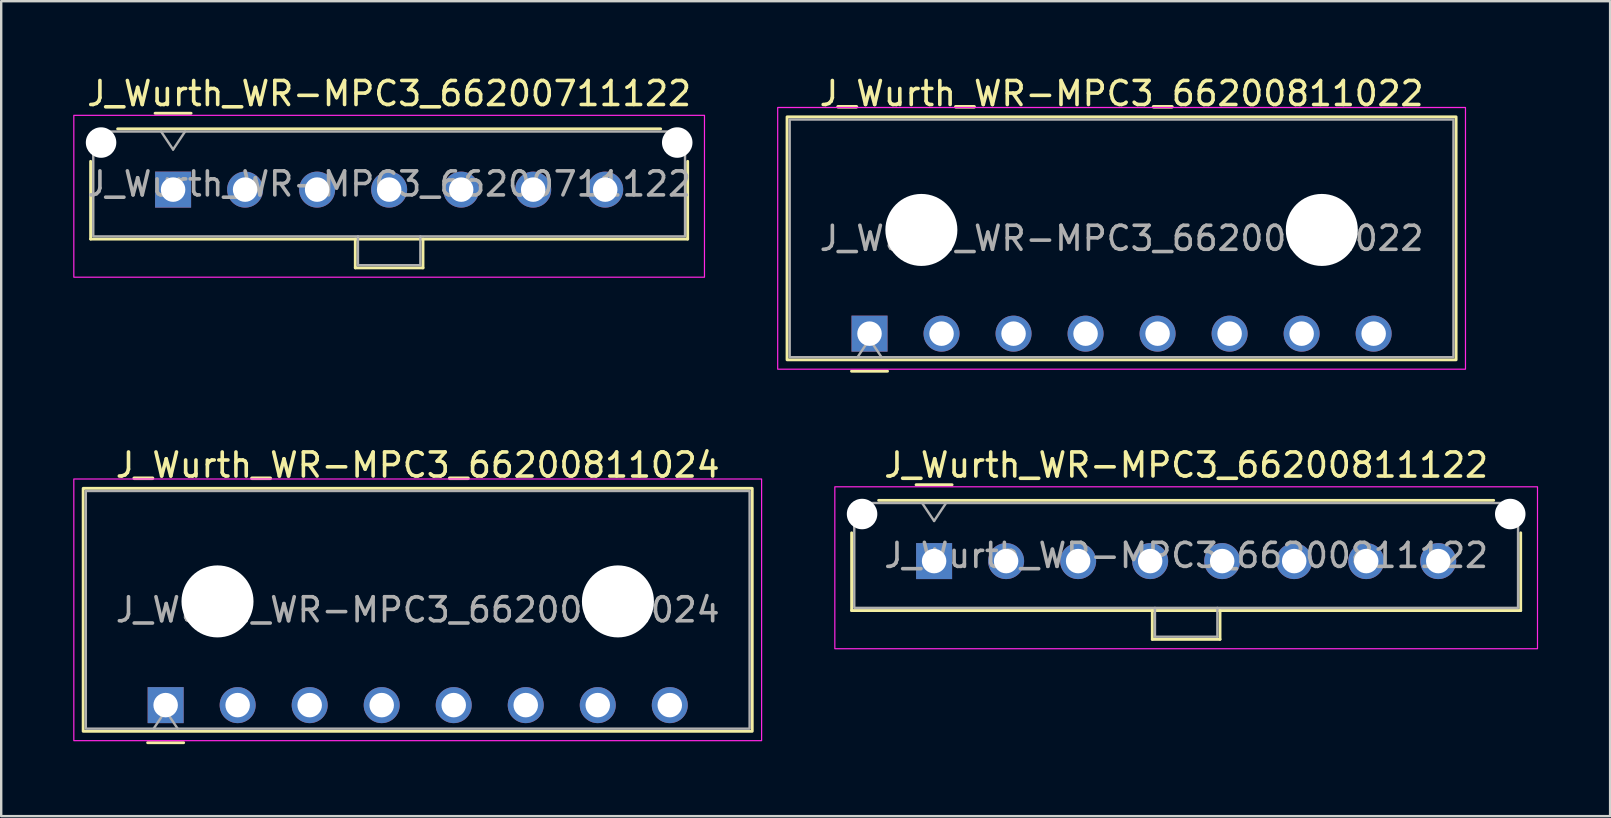
<source format=kicad_pcb>
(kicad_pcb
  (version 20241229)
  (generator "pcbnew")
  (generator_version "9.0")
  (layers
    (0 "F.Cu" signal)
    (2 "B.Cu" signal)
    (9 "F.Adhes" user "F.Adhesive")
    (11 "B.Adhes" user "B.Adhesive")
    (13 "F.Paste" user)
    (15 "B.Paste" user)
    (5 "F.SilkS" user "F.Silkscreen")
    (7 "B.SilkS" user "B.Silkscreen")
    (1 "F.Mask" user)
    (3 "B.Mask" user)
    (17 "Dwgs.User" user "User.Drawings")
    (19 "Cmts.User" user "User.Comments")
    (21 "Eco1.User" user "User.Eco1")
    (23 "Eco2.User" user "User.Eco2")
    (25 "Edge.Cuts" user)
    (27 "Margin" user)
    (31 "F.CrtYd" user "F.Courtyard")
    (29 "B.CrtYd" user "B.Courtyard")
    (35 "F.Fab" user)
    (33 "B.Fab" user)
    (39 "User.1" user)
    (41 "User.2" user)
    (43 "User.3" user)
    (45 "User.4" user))
  (footprint "J_Wurth_WR-MPC3_66200811022"
    (layer "F.Cu")
    (at 33.17 10.848)
    (property "Reference" "J_Wurth_WR-MPC3_66200811022" (at 10.5 -10 0) (unlocked yes) (layer "F.SilkS") (effects (font (size 1 1) (thickness 0.15))))
    (attr through_hole)
    (fp_line (start -0.75 1.565) (end 0.75 1.565) (stroke (width 0.12) (type solid)) (layer "F.SilkS"))
    (fp_rect (start -3.435 -9.03) (end 24.435 1.09) (stroke (width 0.12) (type solid)) (fill no) (layer "F.SilkS"))
    (fp_rect (start -3.825 -9.42) (end 24.825 1.48) (stroke (width 0.05) (type solid)) (fill no) (layer "F.CrtYd"))
    (fp_line (start 0 0.23) (end -0.5 0.98) (stroke (width 0.1) (type solid)) (layer "F.Fab"))
    (fp_line (start 0 0.23) (end 0.5 0.98) (stroke (width 0.1) (type solid)) (layer "F.Fab"))
    (fp_rect (start -3.325 -8.92) (end 24.325 0.98) (stroke (width 0.1) (type solid)) (fill no) (layer "F.Fab"))
    (fp_text user "${REFERENCE}" (at 10.5 -3.97 0) (unlocked yes) (layer "F.Fab") (effects (font (size 1 1) (thickness 0.15))))
    (pad "" np_thru_hole circle (at 2.16 -4.32 180) (size 3 3) (drill 3) (layers "*.Cu" "*.Mask"))
    (pad "" np_thru_hole circle (at 18.84 -4.32 180) (size 3 3) (drill 3) (layers "*.Cu" "*.Mask"))
    (pad "1" thru_hole rect (at 0 0 180) (size 1.5 1.5) (drill 1.02) (layers "*.Cu" "*.Mask"))
    (pad "2" thru_hole circle (at 3 0 180) (size 1.5 1.5) (drill 1.02) (layers "*.Cu" "*.Mask"))
    (pad "3" thru_hole circle (at 6 0 180) (size 1.5 1.5) (drill 1.02) (layers "*.Cu" "*.Mask"))
    (pad "4" thru_hole circle (at 9 0 180) (size 1.5 1.5) (drill 1.02) (layers "*.Cu" "*.Mask"))
    (pad "5" thru_hole circle (at 12 0 180) (size 1.5 1.5) (drill 1.02) (layers "*.Cu" "*.Mask"))
    (pad "6" thru_hole circle (at 15 0 180) (size 1.5 1.5) (drill 1.02) (layers "*.Cu" "*.Mask"))
    (pad "7" thru_hole circle (at 18 0 180) (size 1.5 1.5) (drill 1.02) (layers "*.Cu" "*.Mask"))
    (pad "8" thru_hole circle (at 21 0 180) (size 1.5 1.5) (drill 1.02) (layers "*.Cu" "*.Mask")))
  (footprint "J_Wurth_WR-MPC3_66200811122"
    (layer "F.Cu")
    (at 35.86 20.322)
    (property "Reference" "J_Wurth_WR-MPC3_66200811122" (at 10.5 -4 0) (unlocked yes) (layer "F.SilkS") (effects (font (size 1 1) (thickness 0.15))))
    (attr through_hole)
    (fp_line (start -3.435 2.06) (end -3.435 -1.178) (stroke (width 0.12) (type default)) (layer "F.SilkS"))
    (fp_line (start -2.31 -2.53) (end 23.31 -2.53) (stroke (width 0.12) (type solid)) (layer "F.SilkS"))
    (fp_line (start -0.75 -3.18) (end 0.75 -3.18) (stroke (width 0.12) (type solid)) (layer "F.SilkS"))
    (fp_line (start 9.09 2.06) (end 9.09 3.26) (stroke (width 0.12) (type default)) (layer "F.SilkS"))
    (fp_line (start 9.09 3.26) (end 11.91 3.26) (stroke (width 0.12) (type default)) (layer "F.SilkS"))
    (fp_line (start 11.91 3.26) (end 11.91 2.06) (stroke (width 0.12) (type default)) (layer "F.SilkS"))
    (fp_line (start 24.435 -1.178) (end 24.435 2.06) (stroke (width 0.12) (type solid)) (layer "F.SilkS"))
    (fp_line (start 24.435 2.06) (end -3.435 2.06) (stroke (width 0.12) (type solid)) (layer "F.SilkS"))
    (fp_rect (start -4.135 -3.095) (end 25.135 3.65) (stroke (width 0.05) (type solid)) (fill no) (layer "F.CrtYd"))
    (fp_line (start 0 -1.67) (end -0.5 -2.42) (stroke (width 0.1) (type solid)) (layer "F.Fab"))
    (fp_line (start 0 -1.67) (end 0.5 -2.42) (stroke (width 0.1) (type solid)) (layer "F.Fab"))
    (fp_line (start 9.2 1.95) (end 9.2 3.15) (stroke (width 0.1) (type solid)) (layer "F.Fab"))
    (fp_line (start 9.2 3.15) (end 11.8 3.15) (stroke (width 0.1) (type solid)) (layer "F.Fab"))
    (fp_line (start 11.8 1.95) (end 11.8 3.15) (stroke (width 0.1) (type solid)) (layer "F.Fab"))
    (fp_rect (start -3.325 -2.42) (end 24.325 1.95) (stroke (width 0.1) (type solid)) (fill no) (layer "F.Fab"))
    (fp_text user "${REFERENCE}" (at 10.5 -0.235 0) (unlocked yes) (layer "F.Fab") (effects (font (size 1 1) (thickness 0.15))))
    (pad "" np_thru_hole circle (at -3 -1.96 180) (size 1.27 1.27) (drill 1.27) (layers "*.Cu" "*.Mask"))
    (pad "" np_thru_hole circle (at 24 -1.96 180) (size 1.27 1.27) (drill 1.27) (layers "*.Cu" "*.Mask"))
    (pad "1" thru_hole rect (at 0 0 180) (size 1.5 1.5) (drill 1.02) (layers "*.Cu" "*.Mask"))
    (pad "2" thru_hole circle (at 3 0 180) (size 1.5 1.5) (drill 1.02) (layers "*.Cu" "*.Mask"))
    (pad "3" thru_hole circle (at 6 0 180) (size 1.5 1.5) (drill 1.02) (layers "*.Cu" "*.Mask"))
    (pad "4" thru_hole circle (at 9 0 180) (size 1.5 1.5) (drill 1.02) (layers "*.Cu" "*.Mask"))
    (pad "5" thru_hole circle (at 12 0 180) (size 1.5 1.5) (drill 1.02) (layers "*.Cu" "*.Mask"))
    (pad "6" thru_hole circle (at 15 0 180) (size 1.5 1.5) (drill 1.02) (layers "*.Cu" "*.Mask"))
    (pad "7" thru_hole circle (at 18 0 180) (size 1.5 1.5) (drill 1.02) (layers "*.Cu" "*.Mask"))
    (pad "8" thru_hole circle (at 21 0 180) (size 1.5 1.5) (drill 1.02) (layers "*.Cu" "*.Mask")))
  (footprint "J_Wurth_WR-MPC3_66200711122"
    (layer "F.Cu")
    (at 4.16 4.848)
    (property "Reference" "J_Wurth_WR-MPC3_66200711122" (at 9 -4 0) (unlocked yes) (layer "F.SilkS") (effects (font (size 1 1) (thickness 0.15))))
    (attr through_hole)
    (fp_line (start -3.435 2.06) (end -3.435 -1.178) (stroke (width 0.12) (type default)) (layer "F.SilkS"))
    (fp_line (start -2.31 -2.53) (end 20.31 -2.53) (stroke (width 0.12) (type solid)) (layer "F.SilkS"))
    (fp_line (start -0.75 -3.18) (end 0.75 -3.18) (stroke (width 0.12) (type solid)) (layer "F.SilkS"))
    (fp_line (start 7.59 2.06) (end 7.59 3.26) (stroke (width 0.12) (type default)) (layer "F.SilkS"))
    (fp_line (start 7.59 3.26) (end 10.41 3.26) (stroke (width 0.12) (type default)) (layer "F.SilkS"))
    (fp_line (start 10.41 3.26) (end 10.41 2.06) (stroke (width 0.12) (type default)) (layer "F.SilkS"))
    (fp_line (start 21.435 -1.178) (end 21.435 2.06) (stroke (width 0.12) (type solid)) (layer "F.SilkS"))
    (fp_line (start 21.435 2.06) (end -3.435 2.06) (stroke (width 0.12) (type solid)) (layer "F.SilkS"))
    (fp_rect (start -4.135 -3.095) (end 22.135 3.65) (stroke (width 0.05) (type solid)) (fill no) (layer "F.CrtYd"))
    (fp_line (start 0 -1.67) (end -0.5 -2.42) (stroke (width 0.1) (type solid)) (layer "F.Fab"))
    (fp_line (start 0 -1.67) (end 0.5 -2.42) (stroke (width 0.1) (type solid)) (layer "F.Fab"))
    (fp_line (start 7.7 1.95) (end 7.7 3.15) (stroke (width 0.1) (type solid)) (layer "F.Fab"))
    (fp_line (start 7.7 3.15) (end 10.3 3.15) (stroke (width 0.1) (type solid)) (layer "F.Fab"))
    (fp_line (start 10.3 1.95) (end 10.3 3.15) (stroke (width 0.1) (type solid)) (layer "F.Fab"))
    (fp_rect (start -3.325 -2.42) (end 21.325 1.95) (stroke (width 0.1) (type solid)) (fill no) (layer "F.Fab"))
    (fp_text user "${REFERENCE}" (at 9 -0.235 0) (unlocked yes) (layer "F.Fab") (effects (font (size 1 1) (thickness 0.15))))
    (pad "" np_thru_hole circle (at -3 -1.96 180) (size 1.27 1.27) (drill 1.27) (layers "*.Cu" "*.Mask"))
    (pad "" np_thru_hole circle (at 21 -1.96 180) (size 1.27 1.27) (drill 1.27) (layers "*.Cu" "*.Mask"))
    (pad "1" thru_hole rect (at 0 0 180) (size 1.5 1.5) (drill 1.02) (layers "*.Cu" "*.Mask"))
    (pad "2" thru_hole circle (at 3 0 180) (size 1.5 1.5) (drill 1.02) (layers "*.Cu" "*.Mask"))
    (pad "3" thru_hole circle (at 6 0 180) (size 1.5 1.5) (drill 1.02) (layers "*.Cu" "*.Mask"))
    (pad "4" thru_hole circle (at 9 0 180) (size 1.5 1.5) (drill 1.02) (layers "*.Cu" "*.Mask"))
    (pad "5" thru_hole circle (at 12 0 180) (size 1.5 1.5) (drill 1.02) (layers "*.Cu" "*.Mask"))
    (pad "6" thru_hole circle (at 15 0 180) (size 1.5 1.5) (drill 1.02) (layers "*.Cu" "*.Mask"))
    (pad "7" thru_hole circle (at 18 0 180) (size 1.5 1.5) (drill 1.02) (layers "*.Cu" "*.Mask")))
  (footprint "J_Wurth_WR-MPC3_66200811024"
    (layer "F.Cu")
    (at 3.85 26.322)
    (property "Reference" "J_Wurth_WR-MPC3_66200811024" (at 10.5 -10 0) (unlocked yes) (layer "F.SilkS") (effects (font (size 1 1) (thickness 0.15))))
    (attr through_hole)
    (fp_line (start -0.75 1.565) (end 0.75 1.565) (stroke (width 0.12) (type solid)) (layer "F.SilkS"))
    (fp_rect (start -3.435 -9.03) (end 24.435 1.09) (stroke (width 0.12) (type solid)) (fill no) (layer "F.SilkS"))
    (fp_rect (start -3.825 -9.42) (end 24.825 1.48) (stroke (width 0.05) (type solid)) (fill no) (layer "F.CrtYd"))
    (fp_line (start 0 0.23) (end -0.5 0.98) (stroke (width 0.1) (type solid)) (layer "F.Fab"))
    (fp_line (start 0 0.23) (end 0.5 0.98) (stroke (width 0.1) (type solid)) (layer "F.Fab"))
    (fp_rect (start -3.325 -8.92) (end 24.325 0.98) (stroke (width 0.1) (type solid)) (fill no) (layer "F.Fab"))
    (fp_text user "${REFERENCE}" (at 10.5 -3.97 0) (unlocked yes) (layer "F.Fab") (effects (font (size 1 1) (thickness 0.15))))
    (pad "" np_thru_hole circle (at 2.16 -4.32 180) (size 3 3) (drill 3) (layers "*.Cu" "*.Mask"))
    (pad "" np_thru_hole circle (at 18.84 -4.32 180) (size 3 3) (drill 3) (layers "*.Cu" "*.Mask"))
    (pad "1" thru_hole rect (at 0 0 180) (size 1.5 1.5) (drill 1.02) (layers "*.Cu" "*.Mask"))
    (pad "2" thru_hole circle (at 3 0 180) (size 1.5 1.5) (drill 1.02) (layers "*.Cu" "*.Mask"))
    (pad "3" thru_hole circle (at 6 0 180) (size 1.5 1.5) (drill 1.02) (layers "*.Cu" "*.Mask"))
    (pad "4" thru_hole circle (at 9 0 180) (size 1.5 1.5) (drill 1.02) (layers "*.Cu" "*.Mask"))
    (pad "5" thru_hole circle (at 12 0 180) (size 1.5 1.5) (drill 1.02) (layers "*.Cu" "*.Mask"))
    (pad "6" thru_hole circle (at 15 0 180) (size 1.5 1.5) (drill 1.02) (layers "*.Cu" "*.Mask"))
    (pad "7" thru_hole circle (at 18 0 180) (size 1.5 1.5) (drill 1.02) (layers "*.Cu" "*.Mask"))
    (pad "8" thru_hole circle (at 21 0 180) (size 1.5 1.5) (drill 1.02) (layers "*.Cu" "*.Mask")))
  (gr_rect
    (start -3 -3)
    (end 64.02 30.947)
    (stroke (width 0.1) (type default))
    (fill no)
    (layer "Edge.Cuts")))
</source>
